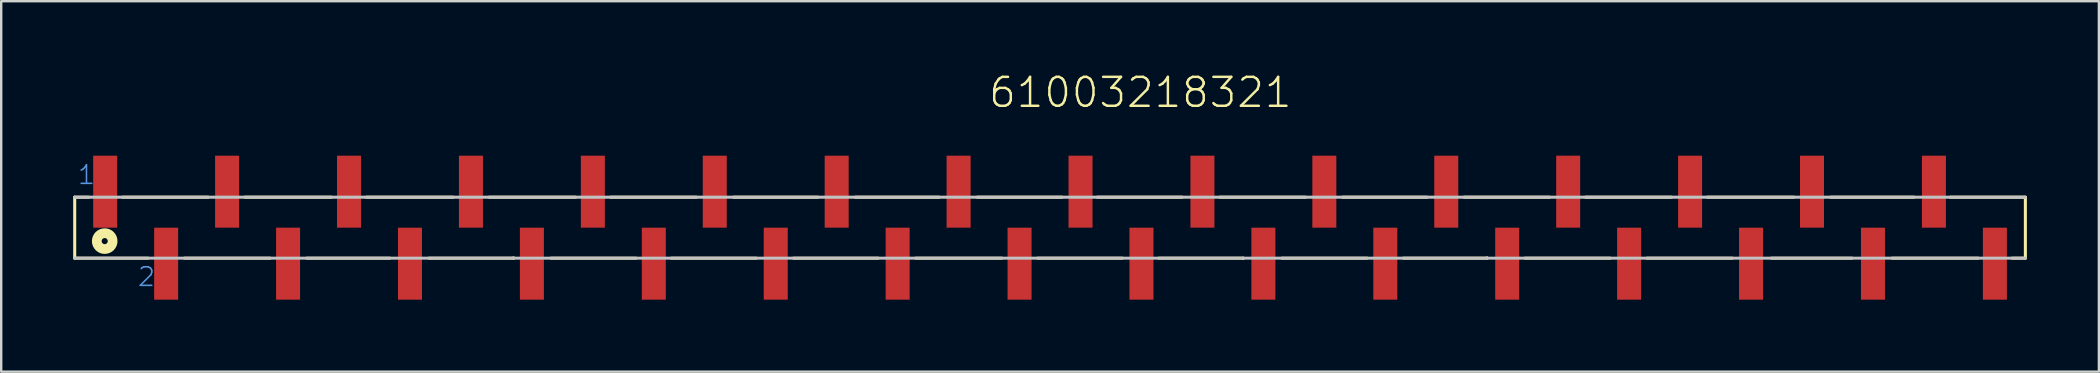
<source format=kicad_pcb>
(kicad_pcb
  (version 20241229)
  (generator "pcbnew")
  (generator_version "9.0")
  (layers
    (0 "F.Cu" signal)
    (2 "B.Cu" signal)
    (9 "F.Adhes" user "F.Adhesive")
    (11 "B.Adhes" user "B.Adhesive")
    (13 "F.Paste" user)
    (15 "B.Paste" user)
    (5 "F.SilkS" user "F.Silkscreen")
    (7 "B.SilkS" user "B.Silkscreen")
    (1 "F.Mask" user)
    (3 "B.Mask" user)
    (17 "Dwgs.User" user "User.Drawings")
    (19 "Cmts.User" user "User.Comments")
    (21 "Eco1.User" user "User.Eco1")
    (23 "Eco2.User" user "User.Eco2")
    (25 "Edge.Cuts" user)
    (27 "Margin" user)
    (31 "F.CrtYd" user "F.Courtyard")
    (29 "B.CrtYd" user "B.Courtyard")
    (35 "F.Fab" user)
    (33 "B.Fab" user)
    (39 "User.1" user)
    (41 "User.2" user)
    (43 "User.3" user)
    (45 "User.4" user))
  (footprint "61003218321"
    (layer "F.Cu")
    (at 40.703 6.437)
    (property "Reference" "61003218321" (at -2.622 -4.926 0) (layer "F.SilkS") (effects (font (size 1.206 1.206) (thickness 0.102)) (justify left bottom)))
    (attr through_hole)
    (fp_line (start -40.64 -1.27) (end -40.64 1.27) (stroke (width 0.127) (type solid)) (layer "F.SilkS"))
    (fp_line (start -40.05 -1.27) (end -40.64 -1.27) (stroke (width 0.127) (type solid)) (layer "F.SilkS"))
    (fp_line (start -38.65 -1.27) (end -35.08 -1.27) (stroke (width 0.127) (type solid)) (layer "F.SilkS"))
    (fp_line (start -37.59 1.27) (end -40.64 1.27) (stroke (width 0.127) (type solid)) (layer "F.SilkS"))
    (fp_line (start -36.07 1.27) (end -32.5 1.27) (stroke (width 0.127) (type solid)) (layer "F.SilkS"))
    (fp_line (start -33.55 -1.27) (end -29.94 -1.27) (stroke (width 0.127) (type solid)) (layer "F.SilkS"))
    (fp_line (start -30.97 1.27) (end -27.51 1.27) (stroke (width 0.127) (type solid)) (layer "F.SilkS"))
    (fp_line (start -28.49 -1.27) (end -24.87 -1.27) (stroke (width 0.127) (type solid)) (layer "F.SilkS"))
    (fp_line (start -25.88 1.27) (end -22.35 1.27) (stroke (width 0.127) (type solid)) (layer "F.SilkS"))
    (fp_line (start -23.37 -1.27) (end -19.77 -1.27) (stroke (width 0.127) (type solid)) (layer "F.SilkS"))
    (fp_line (start -22.35 1.27) (end -22.35 1.26) (stroke (width 0.127) (type solid)) (layer "F.SilkS"))
    (fp_line (start -20.79 1.27) (end -17.25 1.27) (stroke (width 0.127) (type solid)) (layer "F.SilkS"))
    (fp_line (start -18.31 -1.27) (end -14.73 -1.27) (stroke (width 0.127) (type solid)) (layer "F.SilkS"))
    (fp_line (start -15.78 1.27) (end -12.24 1.27) (stroke (width 0.127) (type solid)) (layer "F.SilkS"))
    (fp_line (start -13.19 -1.27) (end -9.67 -1.27) (stroke (width 0.127) (type solid)) (layer "F.SilkS"))
    (fp_line (start -10.69 1.27) (end -7.16 1.27) (stroke (width 0.127) (type solid)) (layer "F.SilkS"))
    (fp_line (start -8.11 -1.27) (end -4.62 -1.27) (stroke (width 0.127) (type solid)) (layer "F.SilkS"))
    (fp_line (start -5.6 1.27) (end -2.01 1.27) (stroke (width 0.127) (type solid)) (layer "F.SilkS"))
    (fp_line (start -3.03 -1.27) (end 0.5 -1.27) (stroke (width 0.127) (type solid)) (layer "F.SilkS"))
    (fp_line (start -0.52 1.27) (end 3.01 1.27) (stroke (width 0.127) (type solid)) (layer "F.SilkS"))
    (fp_line (start 1.97 -1.27) (end 5.51 -1.27) (stroke (width 0.127) (type solid)) (layer "F.SilkS"))
    (fp_line (start 4.53 1.27) (end 8.05 1.27) (stroke (width 0.127) (type solid)) (layer "F.SilkS"))
    (fp_line (start 7.08 -1.27) (end 10.65 -1.27) (stroke (width 0.127) (type solid)) (layer "F.SilkS"))
    (fp_line (start 8.05 1.27) (end 8.05 1.28) (stroke (width 0.127) (type solid)) (layer "F.SilkS"))
    (fp_line (start 9.66 1.27) (end 13.21 1.27) (stroke (width 0.127) (type solid)) (layer "F.SilkS"))
    (fp_line (start 12.19 -1.27) (end 15.71 -1.27) (stroke (width 0.127) (type solid)) (layer "F.SilkS"))
    (fp_line (start 14.72 1.27) (end 18.21 1.27) (stroke (width 0.127) (type solid)) (layer "F.SilkS"))
    (fp_line (start 17.26 -1.27) (end 20.82 -1.27) (stroke (width 0.127) (type solid)) (layer "F.SilkS"))
    (fp_line (start 18.21 1.27) (end 18.21 1.26) (stroke (width 0.127) (type solid)) (layer "F.SilkS"))
    (fp_line (start 19.79 1.27) (end 23.34 1.27) (stroke (width 0.127) (type solid)) (layer "F.SilkS"))
    (fp_line (start 22.31 -1.27) (end 25.89 -1.27) (stroke (width 0.127) (type solid)) (layer "F.SilkS"))
    (fp_line (start 24.87 1.27) (end 28.43 1.27) (stroke (width 0.127) (type solid)) (layer "F.SilkS"))
    (fp_line (start 27.39 -1.27) (end 30.99 -1.27) (stroke (width 0.127) (type solid)) (layer "F.SilkS"))
    (fp_line (start 30.06 1.27) (end 33.41 1.27) (stroke (width 0.127) (type solid)) (layer "F.SilkS"))
    (fp_line (start 32.53 -1.27) (end 36 -1.27) (stroke (width 0.127) (type solid)) (layer "F.SilkS"))
    (fp_line (start 35.09 1.27) (end 38.67 1.27) (stroke (width 0.127) (type solid)) (layer "F.SilkS"))
    (fp_line (start 37.51 -1.27) (end 40.64 -1.27) (stroke (width 0.127) (type solid)) (layer "F.SilkS"))
    (fp_line (start 40.09 1.27) (end 40.64 1.27) (stroke (width 0.127) (type solid)) (layer "F.SilkS"))
    (fp_line (start 40.64 1.27) (end 40.64 -1.27) (stroke (width 0.127) (type solid)) (layer "F.SilkS"))
    (fp_circle (center -39.39 0.56) (end -39.263 0.56) (stroke (width 0.406) (type solid)) (fill no) (layer "F.SilkS"))
    (fp_line (start -40.64 1.27) (end 40.64 1.27) (stroke (width 0.127) (type solid)) (layer "Dwgs.User"))
    (fp_line (start 40.64 -1.27) (end -40.64 -1.27) (stroke (width 0.127) (type solid)) (layer "Dwgs.User"))
    (fp_text user "2" (at -38.06 2.5 0) (layer "Cmts.User") (effects (font (size 0.772 0.772) (thickness 0.065)) (justify left bottom)))
    (fp_text user "1" (at -40.56 -1.75 0) (layer "Cmts.User") (effects (font (size 0.772 0.772) (thickness 0.065)) (justify left bottom)))
    (pad "1" smd rect (at -39.37 -1.5) (size 1 3) (layers "F.Cu" "F.Mask" "F.Paste"))
    (pad "2" smd rect (at -36.83 1.5) (size 1 3) (layers "F.Cu" "F.Mask" "F.Paste"))
    (pad "3" smd rect (at -34.29 -1.5) (size 1 3) (layers "F.Cu" "F.Mask" "F.Paste"))
    (pad "4" smd rect (at -31.75 1.5) (size 1 3) (layers "F.Cu" "F.Mask" "F.Paste"))
    (pad "5" smd rect (at -29.21 -1.5) (size 1 3) (layers "F.Cu" "F.Mask" "F.Paste"))
    (pad "6" smd rect (at -26.67 1.5) (size 1 3) (layers "F.Cu" "F.Mask" "F.Paste"))
    (pad "7" smd rect (at -24.13 -1.5) (size 1 3) (layers "F.Cu" "F.Mask" "F.Paste"))
    (pad "8" smd rect (at -21.59 1.5) (size 1 3) (layers "F.Cu" "F.Mask" "F.Paste"))
    (pad "9" smd rect (at -19.05 -1.5) (size 1 3) (layers "F.Cu" "F.Mask" "F.Paste"))
    (pad "10" smd rect (at -16.51 1.5) (size 1 3) (layers "F.Cu" "F.Mask" "F.Paste"))
    (pad "11" smd rect (at -13.97 -1.5) (size 1 3) (layers "F.Cu" "F.Mask" "F.Paste"))
    (pad "12" smd rect (at -11.43 1.5) (size 1 3) (layers "F.Cu" "F.Mask" "F.Paste"))
    (pad "13" smd rect (at -8.89 -1.5) (size 1 3) (layers "F.Cu" "F.Mask" "F.Paste"))
    (pad "14" smd rect (at -6.35 1.5) (size 1 3) (layers "F.Cu" "F.Mask" "F.Paste"))
    (pad "15" smd rect (at -3.81 -1.5) (size 1 3) (layers "F.Cu" "F.Mask" "F.Paste"))
    (pad "16" smd rect (at -1.27 1.5) (size 1 3) (layers "F.Cu" "F.Mask" "F.Paste"))
    (pad "17" smd rect (at 1.27 -1.5) (size 1 3) (layers "F.Cu" "F.Mask" "F.Paste"))
    (pad "18" smd rect (at 3.81 1.5) (size 1 3) (layers "F.Cu" "F.Mask" "F.Paste"))
    (pad "19" smd rect (at 6.35 -1.5 180) (size 1 3) (layers "F.Cu" "F.Mask" "F.Paste"))
    (pad "20" smd rect (at 8.89 1.5 180) (size 1 3) (layers "F.Cu" "F.Mask" "F.Paste"))
    (pad "21" smd rect (at 11.43 -1.5 180) (size 1 3) (layers "F.Cu" "F.Mask" "F.Paste"))
    (pad "22" smd rect (at 13.97 1.5 180) (size 1 3) (layers "F.Cu" "F.Mask" "F.Paste"))
    (pad "23" smd rect (at 16.51 -1.5 180) (size 1 3) (layers "F.Cu" "F.Mask" "F.Paste"))
    (pad "24" smd rect (at 19.05 1.5 180) (size 1 3) (layers "F.Cu" "F.Mask" "F.Paste"))
    (pad "25" smd rect (at 21.59 -1.5 180) (size 1 3) (layers "F.Cu" "F.Mask" "F.Paste"))
    (pad "26" smd rect (at 24.13 1.5 180) (size 1 3) (layers "F.Cu" "F.Mask" "F.Paste"))
    (pad "27" smd rect (at 26.67 -1.5 180) (size 1 3) (layers "F.Cu" "F.Mask" "F.Paste"))
    (pad "28" smd rect (at 29.21 1.5 180) (size 1 3) (layers "F.Cu" "F.Mask" "F.Paste"))
    (pad "29" smd rect (at 31.75 -1.5 180) (size 1 3) (layers "F.Cu" "F.Mask" "F.Paste"))
    (pad "30" smd rect (at 34.29 1.5 180) (size 1 3) (layers "F.Cu" "F.Mask" "F.Paste"))
    (pad "31" smd rect (at 36.83 -1.5 180) (size 1 3) (layers "F.Cu" "F.Mask" "F.Paste"))
    (pad "32" smd rect (at 39.37 1.5 180) (size 1 3) (layers "F.Cu" "F.Mask" "F.Paste")))
  (gr_rect
    (start -3 -3)
    (end 84.407 12.437)
    (stroke (width 0.1) (type default))
    (fill no)
    (layer "Edge.Cuts")))
</source>
